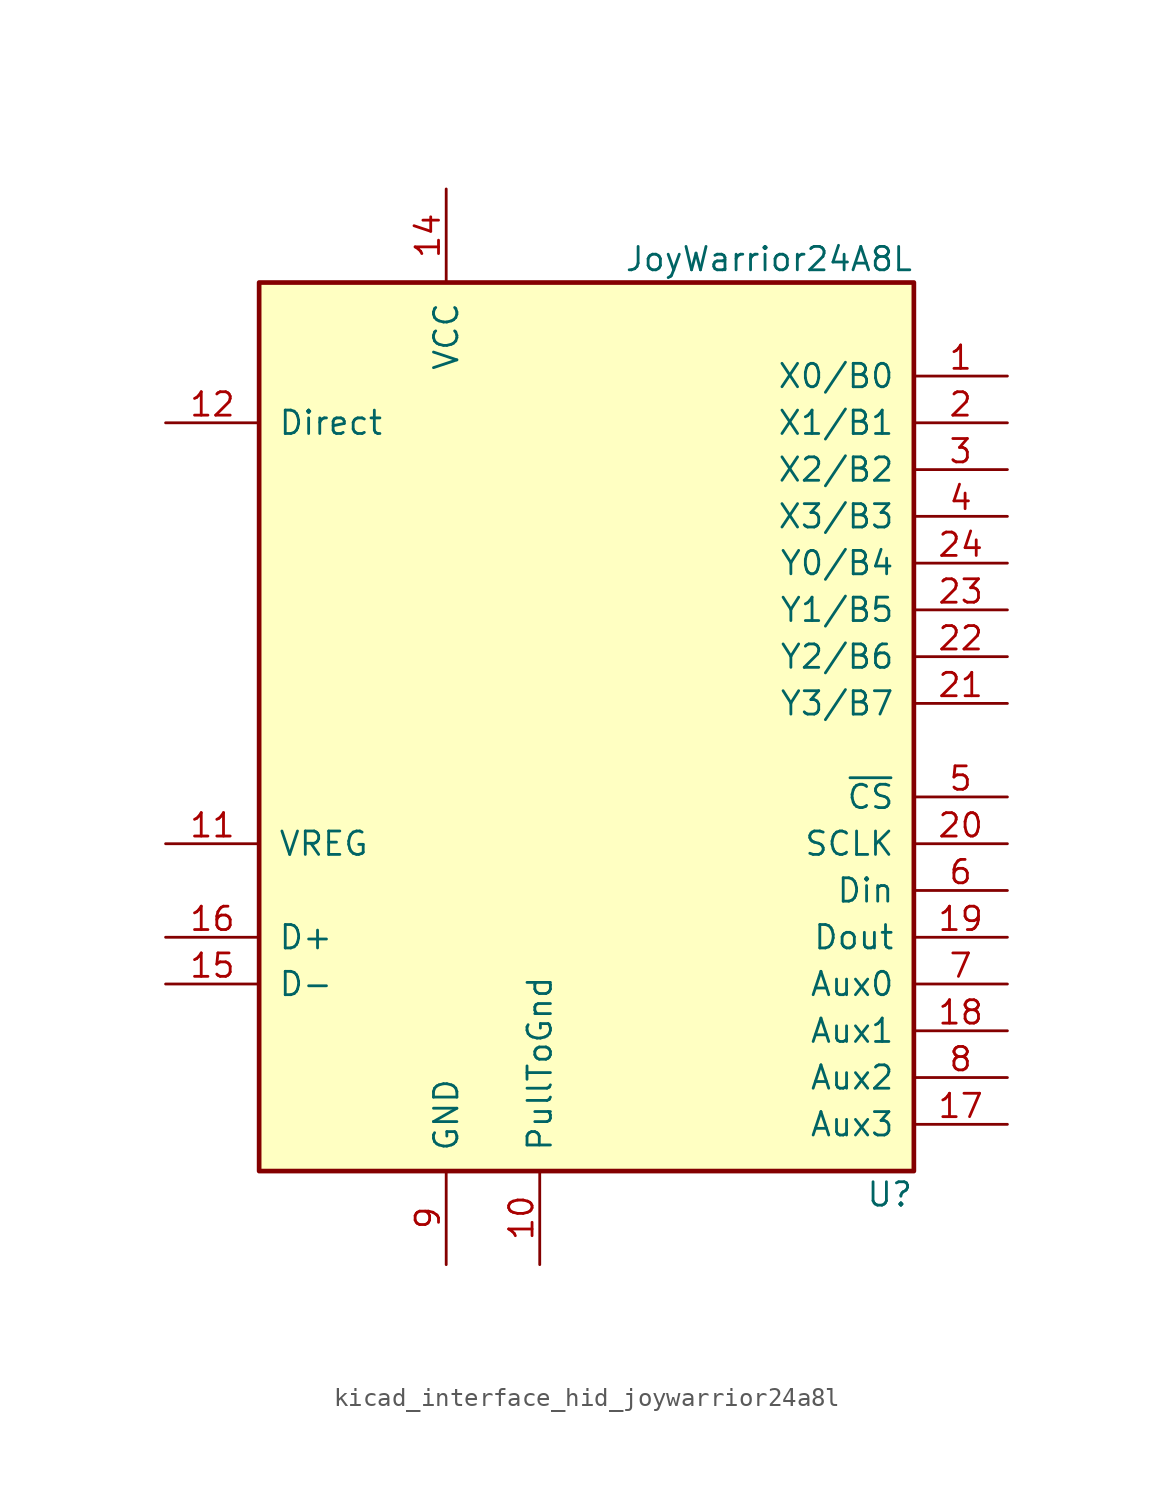
<source format=kicad_sym>
(kicad_symbol_lib
  (version 20220914)
  (generator kicad_symbol_editor)
  (symbol "kicad_interface_hid_joywarrior24a8l"
    (pin_names
      (offset 1.016))
    (property "Reference" "U"
      (at 17.78 -24.13 0)
      (effects (font (size 1.27 1.27)) (justify right)))
    (property "Value" "JoyWarrior24A8L"
      (at 17.78 26.67 0)
      (effects (font (size 1.27 1.27)) (justify right)))
    (symbol "kicad_interface_hid_joywarrior24a8l_0_1"
      (rectangle (start -17.78 25.4) (end 17.78 -22.86) (stroke (width 0.254) (type default)) (fill (type background))))
    (symbol "kicad_interface_hid_joywarrior24a8l_1_1"
      (pin input line (at 22.86 20.32 180) (length 5.08) (name "X0/B0" (effects (font (size 1.27 1.27)))) (number "1" (effects (font (size 1.27 1.27)))))
      (pin input line (at -2.54 -27.94 90) (length 5.08) (name "PullToGnd" (effects (font (size 1.27 1.27)))) (number "10" (effects (font (size 1.27 1.27)))))
      (pin power_out line (at -22.86 -5.08 0) (length 5.08) (name "VREG" (effects (font (size 1.27 1.27)))) (number "11" (effects (font (size 1.27 1.27)))))
      (pin input line (at -22.86 17.78 0) (length 5.08) (name "Direct" (effects (font (size 1.27 1.27)))) (number "12" (effects (font (size 1.27 1.27)))))
      (pin no_connect line (at -17.78 22.86 0) (length 5.08) hide (name "NC" (effects (font (size 1.27 1.27)))) (number "13" (effects (font (size 1.27 1.27)))))
      (pin power_in line (at -7.62 30.48 270) (length 5.08) (name "VCC" (effects (font (size 1.27 1.27)))) (number "14" (effects (font (size 1.27 1.27)))))
      (pin bidirectional line (at -22.86 -12.7 0) (length 5.08) (name "D-" (effects (font (size 1.27 1.27)))) (number "15" (effects (font (size 1.27 1.27)))))
      (pin bidirectional line (at -22.86 -10.16 0) (length 5.08) (name "D+" (effects (font (size 1.27 1.27)))) (number "16" (effects (font (size 1.27 1.27)))))
      (pin output line (at 22.86 -20.32 180) (length 5.08) (name "Aux3" (effects (font (size 1.27 1.27)))) (number "17" (effects (font (size 1.27 1.27)))))
      (pin output line (at 22.86 -15.24 180) (length 5.08) (name "Aux1" (effects (font (size 1.27 1.27)))) (number "18" (effects (font (size 1.27 1.27)))))
      (pin output line (at 22.86 -10.16 180) (length 5.08) (name "Dout" (effects (font (size 1.27 1.27)))) (number "19" (effects (font (size 1.27 1.27)))))
      (pin input line (at 22.86 17.78 180) (length 5.08) (name "X1/B1" (effects (font (size 1.27 1.27)))) (number "2" (effects (font (size 1.27 1.27)))))
      (pin output line (at 22.86 -5.08 180) (length 5.08) (name "SCLK" (effects (font (size 1.27 1.27)))) (number "20" (effects (font (size 1.27 1.27)))))
      (pin input line (at 22.86 2.54 180) (length 5.08) (name "Y3/B7" (effects (font (size 1.27 1.27)))) (number "21" (effects (font (size 1.27 1.27)))))
      (pin input line (at 22.86 5.08 180) (length 5.08) (name "Y2/B6" (effects (font (size 1.27 1.27)))) (number "22" (effects (font (size 1.27 1.27)))))
      (pin input line (at 22.86 7.62 180) (length 5.08) (name "Y1/B5" (effects (font (size 1.27 1.27)))) (number "23" (effects (font (size 1.27 1.27)))))
      (pin input line (at 22.86 10.16 180) (length 5.08) (name "Y0/B4" (effects (font (size 1.27 1.27)))) (number "24" (effects (font (size 1.27 1.27)))))
      (pin input line (at 22.86 15.24 180) (length 5.08) (name "X2/B2" (effects (font (size 1.27 1.27)))) (number "3" (effects (font (size 1.27 1.27)))))
      (pin input line (at 22.86 12.7 180) (length 5.08) (name "X3/B3" (effects (font (size 1.27 1.27)))) (number "4" (effects (font (size 1.27 1.27)))))
      (pin output line (at 22.86 -2.54 180) (length 5.08) (name "~{CS}" (effects (font (size 1.27 1.27)))) (number "5" (effects (font (size 1.27 1.27)))))
      (pin input line (at 22.86 -7.62 180) (length 5.08) (name "Din" (effects (font (size 1.27 1.27)))) (number "6" (effects (font (size 1.27 1.27)))))
      (pin output line (at 22.86 -12.7 180) (length 5.08) (name "Aux0" (effects (font (size 1.27 1.27)))) (number "7" (effects (font (size 1.27 1.27)))))
      (pin output line (at 22.86 -17.78 180) (length 5.08) (name "Aux2" (effects (font (size 1.27 1.27)))) (number "8" (effects (font (size 1.27 1.27)))))
      (pin power_in line (at -7.62 -27.94 90) (length 5.08) (name "GND" (effects (font (size 1.27 1.27)))) (number "9" (effects (font (size 1.27 1.27))))))))
</source>
